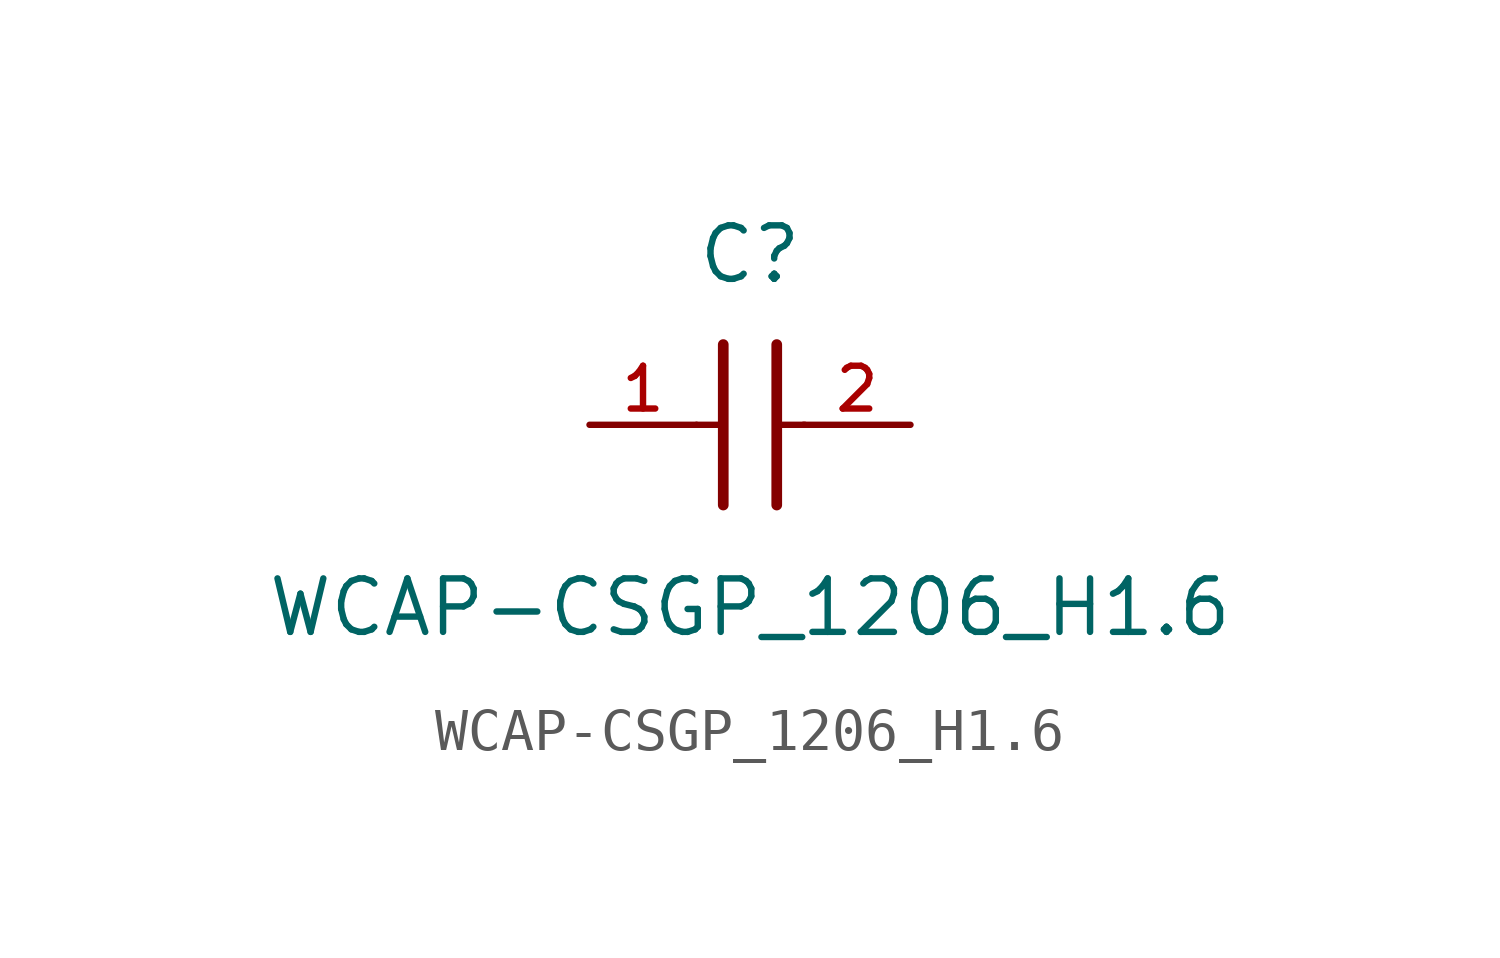
<source format=kicad_sym>
(kicad_symbol_lib
  (version 20211014)
  (generator kicad_symbol_editor)
  (symbol "WCAP-CSGP_1206_H1.6"
    (pin_names
      (offset 1.016))
    (property "Reference" "C"
      (at 1.27 3.302 0)
      (effects (font (size 1.27 1.27)) (justify bottom)))
    (property "Value" "WCAP-CSGP_1206_H1.6"
      (at 1.27 -5.08 0)
      (effects (font (size 1.27 1.27)) (justify bottom)))
    (symbol "WCAP-CSGP_1206_H1.6_0_0"
      (polyline (pts (xy 1.905 1.905) (xy 1.905 -1.905)) (stroke (width 0.254)))
      (polyline (pts (xy 0.635 -1.905) (xy 0.635 1.905)) (stroke (width 0.254)))
      (polyline (pts (xy 0.0 0.0) (xy 0.643 0.0)) (stroke (width 0.152)))
      (polyline (pts (xy 1.928 0.0) (xy 2.57 0.0)) (stroke (width 0.152)))
      (pin passive line (at -2.54 0.0 0) (length 2.54) (name "~" (effects (font (size 1.016 1.016)))) (number "1" (effects (font (size 1.016 1.016)))))
      (pin passive line (at 5.08 0.0 180.0) (length 2.54) (name "~" (effects (font (size 1.016 1.016)))) (number "2" (effects (font (size 1.016 1.016))))))))
</source>
